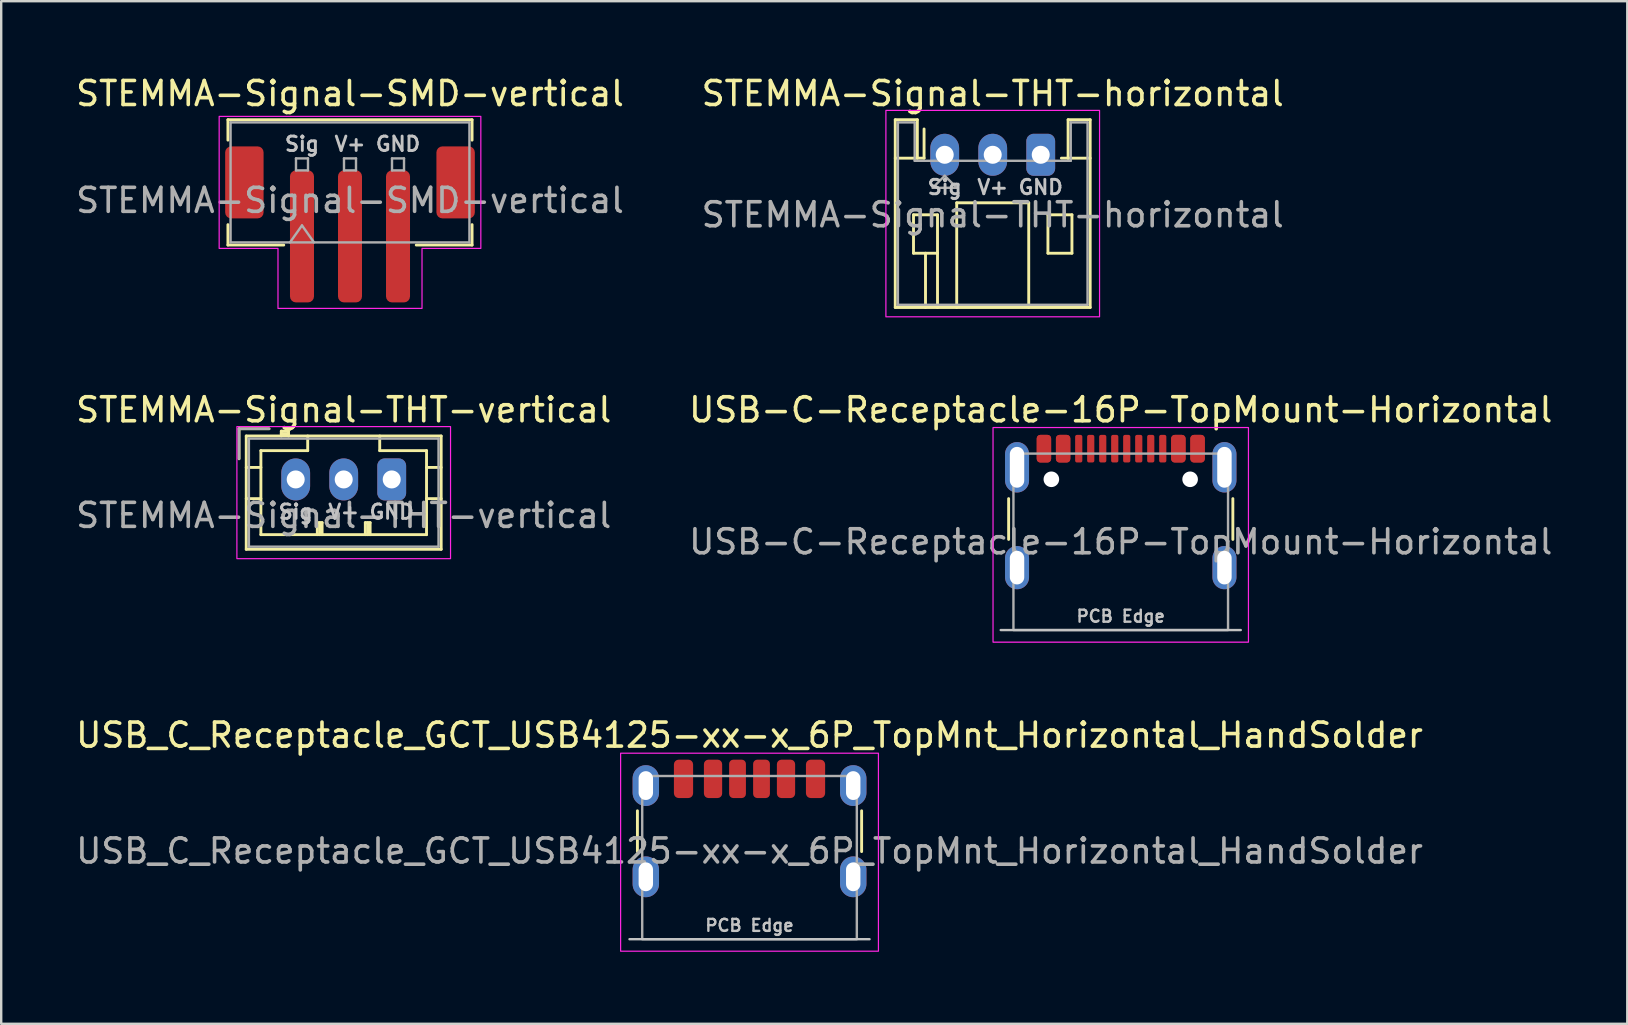
<source format=kicad_pcb>
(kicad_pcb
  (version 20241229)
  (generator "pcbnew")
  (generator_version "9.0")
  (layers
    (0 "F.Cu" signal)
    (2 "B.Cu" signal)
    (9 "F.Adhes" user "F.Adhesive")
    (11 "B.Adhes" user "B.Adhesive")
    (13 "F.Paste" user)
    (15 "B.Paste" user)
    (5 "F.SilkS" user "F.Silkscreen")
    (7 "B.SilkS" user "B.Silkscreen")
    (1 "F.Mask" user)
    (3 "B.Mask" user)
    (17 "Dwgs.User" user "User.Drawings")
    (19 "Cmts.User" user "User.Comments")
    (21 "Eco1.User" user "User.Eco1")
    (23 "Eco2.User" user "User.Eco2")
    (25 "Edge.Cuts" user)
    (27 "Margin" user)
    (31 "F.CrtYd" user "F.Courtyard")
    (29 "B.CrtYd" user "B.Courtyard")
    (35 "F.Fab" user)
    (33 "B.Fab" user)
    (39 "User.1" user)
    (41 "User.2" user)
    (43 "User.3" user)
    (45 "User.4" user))
  (footprint "STEMMA-Signal-THT-vertical"
    (layer "F.Cu")
    (at 9.268 16.922)
    (property "Reference" "STEMMA-Signal-THT-vertical" (at 2 -2.9 0) (layer "F.SilkS") (effects (font (size 1 1) (thickness 0.15))))
    (attr through_hole)
    (fp_line (start -2.36 -2.11) (end -2.36 -0.86) (stroke (width 0.12) (type solid)) (layer "F.SilkS"))
    (fp_line (start -2.06 -1.81) (end -2.06 2.91) (stroke (width 0.12) (type solid)) (layer "F.SilkS"))
    (fp_line (start -2.06 -0.5) (end -1.45 -0.5) (stroke (width 0.12) (type solid)) (layer "F.SilkS"))
    (fp_line (start -2.06 0.8) (end -1.45 0.8) (stroke (width 0.12) (type solid)) (layer "F.SilkS"))
    (fp_line (start -2.06 2.91) (end 6.06 2.91) (stroke (width 0.12) (type solid)) (layer "F.SilkS"))
    (fp_line (start -1.45 -1.2) (end -1.45 2.3) (stroke (width 0.12) (type solid)) (layer "F.SilkS"))
    (fp_line (start -1.45 2.3) (end 5.45 2.3) (stroke (width 0.12) (type solid)) (layer "F.SilkS"))
    (fp_line (start -1.11 -2.11) (end -2.36 -2.11) (stroke (width 0.12) (type solid)) (layer "F.SilkS"))
    (fp_line (start -0.6 -2.01) (end -0.6 -1.81) (stroke (width 0.12) (type solid)) (layer "F.SilkS"))
    (fp_line (start -0.3 -2.01) (end -0.6 -2.01) (stroke (width 0.12) (type solid)) (layer "F.SilkS"))
    (fp_line (start -0.3 -1.91) (end -0.6 -1.91) (stroke (width 0.12) (type solid)) (layer "F.SilkS"))
    (fp_line (start -0.3 -1.81) (end -0.3 -2.01) (stroke (width 0.12) (type solid)) (layer "F.SilkS"))
    (fp_line (start 0.5 -1.81) (end 0.5 -1.2) (stroke (width 0.12) (type solid)) (layer "F.SilkS"))
    (fp_line (start 0.5 -1.2) (end -1.45 -1.2) (stroke (width 0.12) (type solid)) (layer "F.SilkS"))
    (fp_line (start 0.9 1.8) (end 1.1 1.8) (stroke (width 0.12) (type solid)) (layer "F.SilkS"))
    (fp_line (start 0.9 2.3) (end 0.9 1.8) (stroke (width 0.12) (type solid)) (layer "F.SilkS"))
    (fp_line (start 1 2.3) (end 1 1.8) (stroke (width 0.12) (type solid)) (layer "F.SilkS"))
    (fp_line (start 1.1 1.8) (end 1.1 2.3) (stroke (width 0.12) (type solid)) (layer "F.SilkS"))
    (fp_line (start 2.9 1.8) (end 3.1 1.8) (stroke (width 0.12) (type solid)) (layer "F.SilkS"))
    (fp_line (start 2.9 2.3) (end 2.9 1.8) (stroke (width 0.12) (type solid)) (layer "F.SilkS"))
    (fp_line (start 3 2.3) (end 3 1.8) (stroke (width 0.12) (type solid)) (layer "F.SilkS"))
    (fp_line (start 3.1 1.8) (end 3.1 2.3) (stroke (width 0.12) (type solid)) (layer "F.SilkS"))
    (fp_line (start 3.5 -1.2) (end 3.5 -1.81) (stroke (width 0.12) (type solid)) (layer "F.SilkS"))
    (fp_line (start 5.45 -1.2) (end 3.5 -1.2) (stroke (width 0.12) (type solid)) (layer "F.SilkS"))
    (fp_line (start 5.45 2.3) (end 5.45 -1.2) (stroke (width 0.12) (type solid)) (layer "F.SilkS"))
    (fp_line (start 6.06 -1.81) (end -2.06 -1.81) (stroke (width 0.12) (type solid)) (layer "F.SilkS"))
    (fp_line (start 6.06 -0.5) (end 5.45 -0.5) (stroke (width 0.12) (type solid)) (layer "F.SilkS"))
    (fp_line (start 6.06 0.8) (end 5.45 0.8) (stroke (width 0.12) (type solid)) (layer "F.SilkS"))
    (fp_line (start 6.06 2.91) (end 6.06 -1.81) (stroke (width 0.12) (type solid)) (layer "F.SilkS"))
    (fp_poly (pts (xy 6.45 -2.2) (xy 6.45 3.3) (xy -2.45 3.3) (xy -2.45 -2.2)) (stroke (width 0.05) (type solid)) (fill no) (layer "F.CrtYd"))
    (fp_line (start -2.36 -2.11) (end -2.36 -0.86) (stroke (width 0.1) (type solid)) (layer "F.Fab"))
    (fp_line (start -1.95 -1.7) (end -1.95 2.8) (stroke (width 0.1) (type solid)) (layer "F.Fab"))
    (fp_line (start -1.95 2.8) (end 5.95 2.8) (stroke (width 0.1) (type solid)) (layer "F.Fab"))
    (fp_line (start -1.11 -2.11) (end -2.36 -2.11) (stroke (width 0.1) (type solid)) (layer "F.Fab"))
    (fp_line (start 5.95 -1.7) (end -1.95 -1.7) (stroke (width 0.1) (type solid)) (layer "F.Fab"))
    (fp_line (start 5.95 2.8) (end 5.95 -1.7) (stroke (width 0.1) (type solid)) (layer "F.Fab"))
    (fp_text user "Sig" (at 0 1 0) (unlocked yes) (layer "Dwgs.User") (effects (font (size 0.6 0.6) (thickness 0.12) (bold yes)) (justify top)))
    (fp_text user "V+" (at 2 1 0) (unlocked yes) (layer "Dwgs.User") (effects (font (size 0.6 0.6) (thickness 0.12) (bold yes)) (justify top)))
    (fp_text user "GND" (at 4 1 0) (unlocked yes) (layer "Dwgs.User") (effects (font (size 0.6 0.6) (thickness 0.12) (bold yes)) (justify top)))
    (fp_text user "${REFERENCE}" (at 2 1.5 0) (layer "F.Fab") (effects (font (size 1 1) (thickness 0.15))))
    (pad "1" thru_hole oval (at 0 0) (size 1.2 1.75) (drill 0.75) (layers "*.Cu" "*.Mask"))
    (pad "2" thru_hole oval (at 2 0) (size 1.2 1.75) (drill 0.75) (layers "*.Cu" "*.Mask"))
    (pad "3" thru_hole roundrect (at 4 0) (size 1.2 1.75) (drill 0.75) (layers "*.Cu" "*.Mask") (roundrect_rratio 0.25)))
  (footprint "USB-C-Receptacle-16P-TopMount-Horizontal"
    (layer "F.Cu")
    (at 43.637 19.521)
    (property "Reference" "USB-C-Receptacle-16P-TopMount-Horizontal" (at 0 -5.5 0) (unlocked yes) (layer "F.SilkS") (effects (font (size 1 1) (thickness 0.15))))
    (attr smd)
    (fp_line (start -4.67 -0.1) (end -4.67 -1.8) (stroke (width 0.12) (type solid)) (layer "F.SilkS"))
    (fp_line (start 4.67 -0.1) (end 4.67 -1.8) (stroke (width 0.12) (type solid)) (layer "F.SilkS"))
    (fp_line (start 5 3.675) (end -5 3.675) (stroke (width 0.1) (type solid)) (layer "Dwgs.User"))
    (fp_rect (start -5.32 -4.76) (end 5.32 4.18) (stroke (width 0.05) (type solid)) (fill no) (layer "F.CrtYd"))
    (fp_rect (start -4.47 -3.675) (end 4.47 3.675) (stroke (width 0.1) (type solid)) (fill no) (layer "F.Fab"))
    (fp_text user "PCB Edge" (at 0 3.1 0) (unlocked yes) (layer "Dwgs.User") (effects (font (size 0.5 0.5) (thickness 0.1))))
    (fp_text user "${REFERENCE}" (at 0 0 0) (unlocked yes) (layer "F.Fab") (effects (font (size 1 1) (thickness 0.15))))
    (pad "" np_thru_hole circle (at -2.89 -2.605) (size 0.65 0.65) (drill 0.65) (layers "*.Cu" "*.Mask"))
    (pad "" np_thru_hole circle (at 2.89 -2.605) (size 0.65 0.65) (drill 0.65) (layers "*.Cu" "*.Mask"))
    (pad "A1" smd roundrect (at -3.2 -3.88) (size 0.6 1.15) (layers "F.Cu" "F.Mask" "F.Paste") (roundrect_rratio 0.25))
    (pad "A4" smd roundrect (at -2.4 -3.88) (size 0.6 1.15) (layers "F.Cu" "F.Mask" "F.Paste") (roundrect_rratio 0.25))
    (pad "A5" smd roundrect (at -1.25 -3.88) (size 0.3 1.15) (layers "F.Cu" "F.Mask" "F.Paste") (roundrect_rratio 0.25))
    (pad "A6" smd roundrect (at -0.25 -3.88) (size 0.3 1.15) (layers "F.Cu" "F.Mask" "F.Paste") (roundrect_rratio 0.25))
    (pad "A7" smd roundrect (at 0.25 -3.88) (size 0.3 1.15) (layers "F.Cu" "F.Mask" "F.Paste") (roundrect_rratio 0.25))
    (pad "A8" smd roundrect (at 1.25 -3.88) (size 0.3 1.15) (layers "F.Cu" "F.Mask" "F.Paste") (roundrect_rratio 0.25))
    (pad "A9" smd roundrect (at 2.4 -3.88) (size 0.6 1.15) (layers "F.Cu" "F.Mask" "F.Paste") (roundrect_rratio 0.25))
    (pad "A12" smd roundrect (at 3.2 -3.88) (size 0.6 1.15) (layers "F.Cu" "F.Mask" "F.Paste") (roundrect_rratio 0.25))
    (pad "B1" smd roundrect (at 3.2 -3.88) (size 0.6 1.15) (layers "F.Cu" "F.Mask" "F.Paste") (roundrect_rratio 0.25))
    (pad "B4" smd roundrect (at 2.4 -3.88) (size 0.6 1.15) (layers "F.Cu" "F.Mask" "F.Paste") (roundrect_rratio 0.25))
    (pad "B5" smd roundrect (at 1.75 -3.88) (size 0.3 1.15) (layers "F.Cu" "F.Mask" "F.Paste") (roundrect_rratio 0.25))
    (pad "B6" smd roundrect (at 0.75 -3.88) (size 0.3 1.15) (layers "F.Cu" "F.Mask" "F.Paste") (roundrect_rratio 0.25))
    (pad "B7" smd roundrect (at -0.75 -3.88) (size 0.3 1.15) (layers "F.Cu" "F.Mask" "F.Paste") (roundrect_rratio 0.25))
    (pad "B8" smd roundrect (at -1.75 -3.88) (size 0.3 1.15) (layers "F.Cu" "F.Mask" "F.Paste") (roundrect_rratio 0.25))
    (pad "B9" smd roundrect (at -2.4 -3.88) (size 0.6 1.15) (layers "F.Cu" "F.Mask" "F.Paste") (roundrect_rratio 0.25))
    (pad "B12" smd roundrect (at -3.2 -3.88) (size 0.6 1.15) (layers "F.Cu" "F.Mask" "F.Paste") (roundrect_rratio 0.25))
    (pad "S1" thru_hole oval (at -4.32 -3.105) (size 1 2.1) (drill oval 0.6 1.7) (layers "*.Cu" "*.Mask" "F.Paste"))
    (pad "S1" thru_hole oval (at -4.32 1.075) (size 1 1.8) (drill oval 0.6 1.4) (layers "*.Cu" "*.Mask" "F.Paste"))
    (pad "S1" thru_hole oval (at 4.32 -3.105) (size 1 2.1) (drill oval 0.6 1.7) (layers "*.Cu" "*.Mask" "F.Paste"))
    (pad "S1" thru_hole oval (at 4.32 1.075) (size 1 1.8) (drill oval 0.6 1.4) (layers "*.Cu" "*.Mask" "F.Paste")))
  (footprint "STEMMA-Signal-SMD-vertical"
    (layer "F.Cu")
    (at 11.53 6.298)
    (property "Reference" "STEMMA-Signal-SMD-vertical" (at 0 -5.45 0) (layer "F.SilkS") (effects (font (size 1 1) (thickness 0.15))))
    (attr smd)
    (fp_line (start -5.085 -4.36) (end 5.085 -4.36) (stroke (width 0.12) (type solid)) (layer "F.SilkS"))
    (fp_line (start -5.085 -3.51) (end -5.085 -4.36) (stroke (width 0.12) (type solid)) (layer "F.SilkS"))
    (fp_line (start -5.085 0.01) (end -5.085 0.86) (stroke (width 0.12) (type solid)) (layer "F.SilkS"))
    (fp_line (start -5.085 0.86) (end -2.76 0.86) (stroke (width 0.12) (type solid)) (layer "F.SilkS"))
    (fp_line (start 5.085 -4.36) (end 5.085 -3.51) (stroke (width 0.12) (type solid)) (layer "F.SilkS"))
    (fp_line (start 5.085 0.01) (end 5.085 0.86) (stroke (width 0.12) (type solid)) (layer "F.SilkS"))
    (fp_line (start 5.085 0.86) (end 2.76 0.86) (stroke (width 0.12) (type solid)) (layer "F.SilkS"))
    (fp_poly (pts (xy -5.45 1) (xy -5.45 -4.5) (xy 5.45 -4.5) (xy 5.45 1) (xy 3 1) (xy 3 3.5) (xy -3 3.5) (xy -3 1)) (stroke (width 0.05) (type solid)) (fill no) (layer "F.CrtYd"))
    (fp_line (start -4.975 -4.25) (end 4.975 -4.25) (stroke (width 0.1) (type solid)) (layer "F.Fab"))
    (fp_line (start -4.975 0.75) (end -4.975 -4.25) (stroke (width 0.1) (type solid)) (layer "F.Fab"))
    (fp_line (start -4.975 0.75) (end 4.975 0.75) (stroke (width 0.1) (type solid)) (layer "F.Fab"))
    (fp_line (start -2.5 0.75) (end -2 0.043) (stroke (width 0.1) (type solid)) (layer "F.Fab"))
    (fp_line (start -2.25 -2.75) (end -2.25 -2.25) (stroke (width 0.1) (type solid)) (layer "F.Fab"))
    (fp_line (start -2.25 -2.25) (end -1.75 -2.25) (stroke (width 0.1) (type solid)) (layer "F.Fab"))
    (fp_line (start -2 0.043) (end -1.5 0.75) (stroke (width 0.1) (type solid)) (layer "F.Fab"))
    (fp_line (start -1.75 -2.75) (end -2.25 -2.75) (stroke (width 0.1) (type solid)) (layer "F.Fab"))
    (fp_line (start -1.75 -2.25) (end -1.75 -2.75) (stroke (width 0.1) (type solid)) (layer "F.Fab"))
    (fp_line (start -0.25 -2.75) (end -0.25 -2.25) (stroke (width 0.1) (type solid)) (layer "F.Fab"))
    (fp_line (start -0.25 -2.25) (end 0.25 -2.25) (stroke (width 0.1) (type solid)) (layer "F.Fab"))
    (fp_line (start 0.25 -2.75) (end -0.25 -2.75) (stroke (width 0.1) (type solid)) (layer "F.Fab"))
    (fp_line (start 0.25 -2.25) (end 0.25 -2.75) (stroke (width 0.1) (type solid)) (layer "F.Fab"))
    (fp_line (start 1.75 -2.75) (end 1.75 -2.25) (stroke (width 0.1) (type solid)) (layer "F.Fab"))
    (fp_line (start 1.75 -2.25) (end 2.25 -2.25) (stroke (width 0.1) (type solid)) (layer "F.Fab"))
    (fp_line (start 2.25 -2.75) (end 1.75 -2.75) (stroke (width 0.1) (type solid)) (layer "F.Fab"))
    (fp_line (start 2.25 -2.25) (end 2.25 -2.75) (stroke (width 0.1) (type solid)) (layer "F.Fab"))
    (fp_line (start 4.975 0.75) (end 4.975 -4.25) (stroke (width 0.1) (type solid)) (layer "F.Fab"))
    (fp_text user "V+" (at 0 -3 0) (unlocked yes) (layer "Dwgs.User") (effects (font (size 0.6 0.6) (thickness 0.12) (bold yes)) (justify bottom)))
    (fp_text user "GND" (at 2 -3 0) (unlocked yes) (layer "Dwgs.User") (effects (font (size 0.6 0.6) (thickness 0.12) (bold yes)) (justify bottom)))
    (fp_text user "Sig" (at -2 -3 0) (unlocked yes) (layer "Dwgs.User") (effects (font (size 0.6 0.6) (thickness 0.12) (bold yes)) (justify bottom)))
    (fp_text user "${REFERENCE}" (at 0 -1 0) (layer "F.Fab") (effects (font (size 1 1) (thickness 0.15))))
    (pad "1" smd roundrect (at -2 0.5) (size 1 5.5) (layers "F.Cu" "F.Mask" "F.Paste") (roundrect_rratio 0.25))
    (pad "2" smd roundrect (at 0 0.5) (size 1 5.5) (layers "F.Cu" "F.Mask" "F.Paste") (roundrect_rratio 0.25))
    (pad "3" smd roundrect (at 2 0.5) (size 1 5.5) (layers "F.Cu" "F.Mask" "F.Paste") (roundrect_rratio 0.25))
    (pad "MP" smd roundrect (at -4.4 -1.75) (size 1.6 3) (layers "F.Cu" "F.Mask" "F.Paste") (roundrect_rratio 0.156))
    (pad "MP" smd roundrect (at 4.4 -1.75) (size 1.6 3) (layers "F.Cu" "F.Mask" "F.Paste") (roundrect_rratio 0.156)))
  (footprint "USB_C_Receptacle_GCT_USB4125-xx-x_6P_TopMnt_Horizontal_HandSolder"
    (layer "F.Cu")
    (at 28.173 32.675)
    (property "Reference" "USB_C_Receptacle_GCT_USB4125-xx-x_6P_TopMnt_Horizontal_HandSolder" (at 0 -5.1 0) (unlocked yes) (layer "F.SilkS") (effects (font (size 1 1) (thickness 0.15))))
    (attr through_hole)
    (fp_line (start -4.67 -0.25) (end -4.67 -1.95) (stroke (width 0.12) (type solid)) (layer "F.SilkS"))
    (fp_line (start 4.67 -0.25) (end 4.67 -1.95) (stroke (width 0.12) (type solid)) (layer "F.SilkS"))
    (fp_line (start 5 3.4) (end -5 3.4) (stroke (width 0.1) (type solid)) (layer "Dwgs.User"))
    (fp_rect (start -5.37 -4.35) (end 5.37 3.9) (stroke (width 0.05) (type solid)) (fill no) (layer "F.CrtYd"))
    (fp_rect (start -4.47 -3.4) (end 4.47 3.4) (stroke (width 0.1) (type solid)) (fill no) (layer "F.Fab"))
    (fp_text user "PCB Edge" (at 0 2.825 0) (unlocked yes) (layer "Dwgs.User") (effects (font (size 0.5 0.5) (thickness 0.1))))
    (fp_text user "${REFERENCE}" (at 0 -0.275 0) (unlocked yes) (layer "F.Fab") (effects (font (size 1 1) (thickness 0.15))))
    (pad "A5" smd roundrect (at -0.5 -3.28) (size 0.7 1.6) (layers "F.Cu" "F.Mask" "F.Paste") (roundrect_rratio 0.25))
    (pad "A9" smd roundrect (at 1.52 -3.28 180) (size 0.76 1.6) (layers "F.Cu" "F.Mask" "F.Paste") (roundrect_rratio 0.25))
    (pad "A12" smd roundrect (at 2.75 -3.28 180) (size 0.8 1.6) (layers "F.Cu" "F.Mask" "F.Paste") (roundrect_rratio 0.25))
    (pad "B5" smd roundrect (at 0.5 -3.28 180) (size 0.7 1.6) (layers "F.Cu" "F.Mask" "F.Paste") (roundrect_rratio 0.25))
    (pad "B9" smd roundrect (at -1.52 -3.28) (size 0.76 1.6) (layers "F.Cu" "F.Mask" "F.Paste") (roundrect_rratio 0.25))
    (pad "B12" smd roundrect (at -2.75 -3.28) (size 0.8 1.6) (layers "F.Cu" "F.Mask" "F.Paste") (roundrect_rratio 0.25))
    (pad "S1" thru_hole oval (at -4.32 -3) (size 1.1 1.7) (drill oval 0.6 1.2) (layers "*.Cu" "*.Mask" "F.Paste"))
    (pad "S1" thru_hole oval (at -4.32 0.8) (size 1.1 1.7) (drill oval 0.6 1.2) (layers "*.Cu" "*.Mask" "F.Paste"))
    (pad "S1" thru_hole oval (at 4.32 -3) (size 1.1 1.7) (drill oval 0.6 1.2) (layers "*.Cu" "*.Mask" "F.Paste"))
    (pad "S1" thru_hole oval (at 4.32 0.8) (size 1.1 1.7) (drill oval 0.6 1.2) (layers "*.Cu" "*.Mask" "F.Paste")))
  (footprint "STEMMA-Signal-THT-horizontal"
    (layer "F.Cu")
    (at 36.304 3.398)
    (property "Reference" "STEMMA-Signal-THT-horizontal" (at 2 -2.55 0) (layer "F.SilkS") (effects (font (size 1 1) (thickness 0.15))))
    (attr through_hole)
    (fp_line (start -2.06 -1.46) (end -2.06 6.36) (stroke (width 0.12) (type solid)) (layer "F.SilkS"))
    (fp_line (start -2.06 0.14) (end -1.14 0.14) (stroke (width 0.12) (type solid)) (layer "F.SilkS"))
    (fp_line (start -2.06 6.36) (end 6.06 6.36) (stroke (width 0.12) (type solid)) (layer "F.SilkS"))
    (fp_line (start -1.3 2.5) (end -1.3 4.1) (stroke (width 0.12) (type solid)) (layer "F.SilkS"))
    (fp_line (start -1.3 4.1) (end -0.3 4.1) (stroke (width 0.12) (type solid)) (layer "F.SilkS"))
    (fp_line (start -1.14 -1.46) (end -2.06 -1.46) (stroke (width 0.12) (type solid)) (layer "F.SilkS"))
    (fp_line (start -1.14 0.14) (end -1.14 -1.46) (stroke (width 0.12) (type solid)) (layer "F.SilkS"))
    (fp_line (start -0.86 0.14) (end -1.14 0.14) (stroke (width 0.12) (type solid)) (layer "F.SilkS"))
    (fp_line (start -0.86 0.14) (end -0.86 -1.075) (stroke (width 0.12) (type solid)) (layer "F.SilkS"))
    (fp_line (start -0.8 4.1) (end -0.8 6.36) (stroke (width 0.12) (type solid)) (layer "F.SilkS"))
    (fp_line (start -0.3 2.5) (end -1.3 2.5) (stroke (width 0.12) (type solid)) (layer "F.SilkS"))
    (fp_line (start -0.3 4.1) (end -0.3 2.5) (stroke (width 0.12) (type solid)) (layer "F.SilkS"))
    (fp_line (start -0.3 4.1) (end -0.3 6.36) (stroke (width 0.12) (type solid)) (layer "F.SilkS"))
    (fp_line (start 0.5 2) (end 3.5 2) (stroke (width 0.12) (type solid)) (layer "F.SilkS"))
    (fp_line (start 0.5 6.36) (end 0.5 2) (stroke (width 0.12) (type solid)) (layer "F.SilkS"))
    (fp_line (start 3.5 2) (end 3.5 6.36) (stroke (width 0.12) (type solid)) (layer "F.SilkS"))
    (fp_line (start 4.3 2.5) (end 5.3 2.5) (stroke (width 0.12) (type solid)) (layer "F.SilkS"))
    (fp_line (start 4.3 4.1) (end 4.3 2.5) (stroke (width 0.12) (type solid)) (layer "F.SilkS"))
    (fp_line (start 5.14 -1.46) (end 5.14 0.14) (stroke (width 0.12) (type solid)) (layer "F.SilkS"))
    (fp_line (start 5.14 0.14) (end 4.86 0.14) (stroke (width 0.12) (type solid)) (layer "F.SilkS"))
    (fp_line (start 5.3 2.5) (end 5.3 4.1) (stroke (width 0.12) (type solid)) (layer "F.SilkS"))
    (fp_line (start 5.3 4.1) (end 4.3 4.1) (stroke (width 0.12) (type solid)) (layer "F.SilkS"))
    (fp_line (start 6.06 -1.46) (end 5.14 -1.46) (stroke (width 0.12) (type solid)) (layer "F.SilkS"))
    (fp_line (start 6.06 0.14) (end 5.14 0.14) (stroke (width 0.12) (type solid)) (layer "F.SilkS"))
    (fp_line (start 6.06 6.36) (end 6.06 -1.46) (stroke (width 0.12) (type solid)) (layer "F.SilkS"))
    (fp_poly (pts (xy -2.45 -1.85) (xy 6.45 -1.85) (xy 6.45 6.75) (xy -2.45 6.75)) (stroke (width 0.05) (type solid)) (fill no) (layer "F.CrtYd"))
    (fp_line (start -1.95 -1.35) (end -1.95 6.25) (stroke (width 0.1) (type solid)) (layer "F.Fab"))
    (fp_line (start -1.95 6.25) (end 5.95 6.25) (stroke (width 0.1) (type solid)) (layer "F.Fab"))
    (fp_line (start -1.25 -1.35) (end -1.95 -1.35) (stroke (width 0.1) (type solid)) (layer "F.Fab"))
    (fp_line (start -1.25 0.25) (end -1.25 -1.35) (stroke (width 0.1) (type solid)) (layer "F.Fab"))
    (fp_line (start -0.5 1.375) (end 0.5 1.375) (stroke (width 0.1) (type solid)) (layer "F.Fab"))
    (fp_line (start 0 0.875) (end -0.5 1.375) (stroke (width 0.1) (type solid)) (layer "F.Fab"))
    (fp_line (start 0.5 1.375) (end 0 0.875) (stroke (width 0.1) (type solid)) (layer "F.Fab"))
    (fp_line (start 5.25 -1.35) (end 5.25 0.25) (stroke (width 0.1) (type solid)) (layer "F.Fab"))
    (fp_line (start 5.25 0.25) (end -1.25 0.25) (stroke (width 0.1) (type solid)) (layer "F.Fab"))
    (fp_line (start 5.95 -1.35) (end 5.25 -1.35) (stroke (width 0.1) (type solid)) (layer "F.Fab"))
    (fp_line (start 5.95 6.25) (end 5.95 -1.35) (stroke (width 0.1) (type solid)) (layer "F.Fab"))
    (fp_text user "Sig" (at 0 1 0) (unlocked yes) (layer "Dwgs.User") (effects (font (size 0.6 0.6) (thickness 0.12) (bold yes)) (justify top)))
    (fp_text user "GND" (at 4 1 0) (unlocked yes) (layer "Dwgs.User") (effects (font (size 0.6 0.6) (thickness 0.12) (bold yes)) (justify top)))
    (fp_text user "V+" (at 2 1 0) (unlocked yes) (layer "Dwgs.User") (effects (font (size 0.6 0.6) (thickness 0.12) (bold yes)) (justify top)))
    (fp_text user "${REFERENCE}" (at 2 2.5 0) (layer "F.Fab") (effects (font (size 1 1) (thickness 0.15))))
    (pad "1" thru_hole oval (at 0 0) (size 1.2 1.75) (drill 0.75) (layers "*.Cu" "*.Mask"))
    (pad "2" thru_hole oval (at 2 0) (size 1.2 1.75) (drill 0.75) (layers "*.Cu" "*.Mask"))
    (pad "3" thru_hole roundrect (at 4 0) (size 1.2 1.75) (drill 0.75) (layers "*.Cu" "*.Mask") (roundrect_rratio 0.25)))
  (gr_rect
    (start -3 -3)
    (end 64.738 39.6)
    (stroke (width 0.1) (type default))
    (fill no)
    (layer "Edge.Cuts")))
</source>
